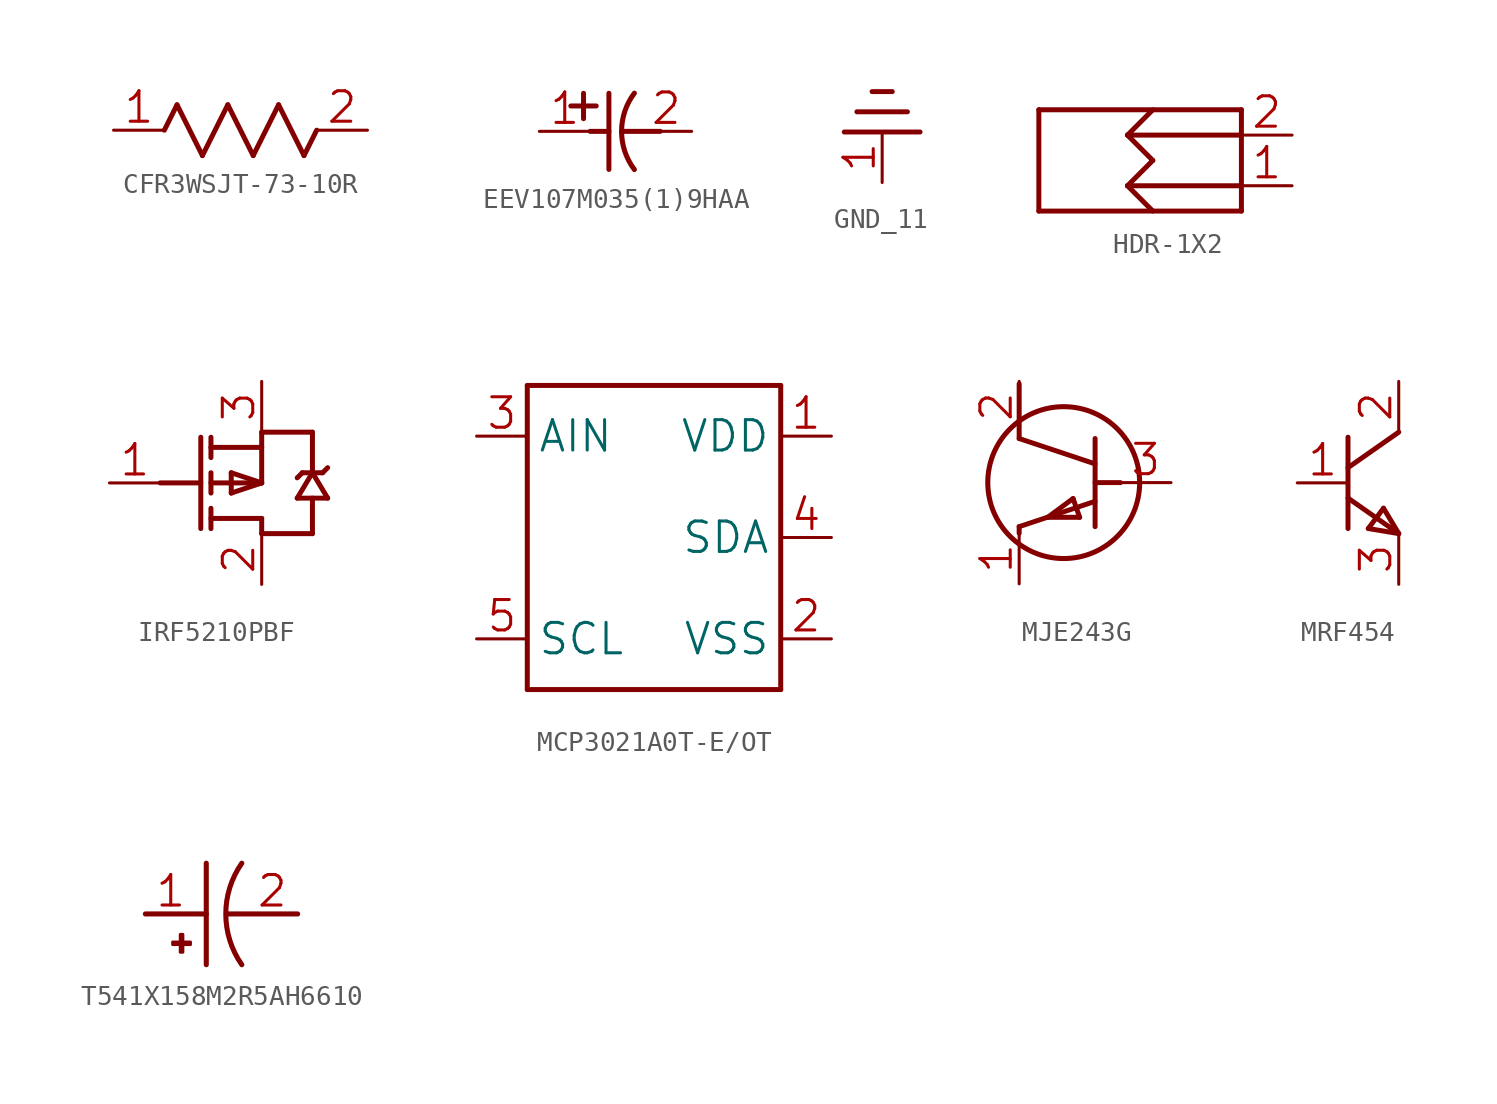
<source format=kicad_sym>
(kicad_symbol_lib
  (version 20241209)
  (generator "kicad_symbol_editor")
  (generator_version "9.0")
  (symbol "CFR3WSJT-73-10R"
    (property "Reference" "R"
      (at 0 0 0)
      (effects (font (size 1.27 1.27)) (hide yes)))
    (property "ki_locked" ""
      (at 0 0 0)
      (effects (font (size 1.27 1.27))))
    (symbol "CFR3WSJT-73-10R_1_0"
      (polyline (pts (xy -3.81 0) (xy -3.175 1.27)) (stroke (width 0.25) (type solid)) (fill (type none)))
      (polyline (pts (xy -3.175 1.27) (xy -1.905 -1.27)) (stroke (width 0.25) (type solid)) (fill (type none)))
      (polyline (pts (xy -1.905 -1.27) (xy -0.635 1.27)) (stroke (width 0.25) (type solid)) (fill (type none)))
      (polyline (pts (xy -0.635 1.27) (xy 0.635 -1.27)) (stroke (width 0.25) (type solid)) (fill (type none)))
      (polyline (pts (xy 0.635 -1.27) (xy 1.905 1.27)) (stroke (width 0.25) (type solid)) (fill (type none)))
      (polyline (pts (xy 1.905 1.27) (xy 3.175 -1.27)) (stroke (width 0.25) (type solid)) (fill (type none)))
      (polyline (pts (xy 3.175 -1.27) (xy 3.81 0)) (stroke (width 0.25) (type solid)) (fill (type none)))
      (pin passive line (at -6.35 0 0) (length 2.54) (name "1" (effects (font (size 0 0)))) (number "1" (effects (font (size 1.524 1.524)))))
      (pin passive line (at 6.35 0 180) (length 2.54) (name "2" (effects (font (size 0 0)))) (number "2" (effects (font (size 1.524 1.524)))))))
  (symbol "EEV107M035(1)9HAA"
    (property "Reference" "C"
      (at 0 0 0)
      (effects (font (size 1.27 1.27)) (hide yes)))
    (property "ki_locked" ""
      (at 0 0 0)
      (effects (font (size 1.27 1.27))))
    (symbol "EEV107M035(1)9HAA_1_0"
      (polyline (pts (xy -2.235 1.27) (xy -0.965 1.27)) (stroke (width 0.25) (type solid)) (fill (type none)))
      (polyline (pts (xy -1.6 0.635) (xy -1.6 1.905)) (stroke (width 0.25) (type solid)) (fill (type none)))
      (polyline (pts (xy -1.27 0) (xy -0.33 0)) (stroke (width 0.25) (type solid)) (fill (type none)))
      (polyline (pts (xy -0.33 -1.905) (xy -0.33 1.905)) (stroke (width 0.25) (type solid)) (fill (type none)))
      (polyline (pts (xy 0.305 0) (xy 2.235 0)) (stroke (width 0.25) (type solid)) (fill (type none)))
      (arc (start 0.9439 -1.9109) (mid 0.3044 0.0001) (end 0.944 1.911) (stroke (width 0.254) (type solid)) (fill (type none)))
      (pin passive line (at -3.81 0 0) (length 2.54) (name "PLUS" (effects (font (size 0 0)))) (number "1" (effects (font (size 1.524 1.524)))))
      (pin passive line (at 3.81 0 180) (length 2.54) (name "MINUS" (effects (font (size 0 0)))) (number "2" (effects (font (size 1.524 1.524)))))))
  (symbol "GND_11"
    (power)
    (property "Reference" "#NetPort"
      (at 0 0 0)
      (effects (font (size 1.27 1.27)) (hide yes)))
    (property "ki_locked" ""
      (at 0 0 0)
      (effects (font (size 1.27 1.27))))
    (symbol "GND_11_1_0"
      (polyline (pts (xy 0.508 1.016) (xy -0.508 1.016)) (stroke (width 0.25) (type solid)) (fill (type none)))
      (polyline (pts (xy 1.27 0) (xy -1.27 0)) (stroke (width 0.25) (type solid)) (fill (type none)))
      (polyline (pts (xy 1.905 -1.016) (xy -1.905 -1.016)) (stroke (width 0.25) (type solid)) (fill (type none)))
      (pin power_in line (at 0 -3.556 90) (length 2.54) (name "GND" (effects (font (size 0 0)))) (number "1" (effects (font (size 1.524 1.524)))))))
  (symbol "HDR-1X2"
    (property "Reference" "J"
      (at 0 0 0)
      (effects (font (size 1.27 1.27)) (hide yes)))
    (property "ki_locked" ""
      (at 0 0 0)
      (effects (font (size 1.27 1.27))))
    (symbol "HDR-1X2_1_0"
      (polyline (pts (xy -5.08 2.54) (xy -5.08 -2.54)) (stroke (width 0.25) (type solid)) (fill (type none)))
      (polyline (pts (xy -5.08 -2.54) (xy 5.08 -2.54)) (stroke (width 0.25) (type solid)) (fill (type none)))
      (polyline (pts (xy -0.635 1.27) (xy 0.635 2.54)) (stroke (width 0.25) (type solid)) (fill (type none)))
      (polyline (pts (xy -0.635 1.27) (xy 0.635 0)) (stroke (width 0.25) (type solid)) (fill (type none)))
      (polyline (pts (xy -0.635 1.27) (xy 5.08 1.27)) (stroke (width 0.25) (type solid)) (fill (type none)))
      (polyline (pts (xy -0.635 -1.27) (xy 0.635 0)) (stroke (width 0.25) (type solid)) (fill (type none)))
      (polyline (pts (xy -0.635 -1.27) (xy 0.635 -2.54)) (stroke (width 0.25) (type solid)) (fill (type none)))
      (polyline (pts (xy -0.635 -1.27) (xy 5.08 -1.27)) (stroke (width 0.25) (type solid)) (fill (type none)))
      (polyline (pts (xy 5.08 2.54) (xy -5.08 2.54)) (stroke (width 0.25) (type solid)) (fill (type none)))
      (polyline (pts (xy 5.08 -2.54) (xy 5.08 2.54)) (stroke (width 0.25) (type solid)) (fill (type none)))
      (pin passive line (at 7.62 1.27 180) (length 2.54) (name "P2" (effects (font (size 0 0)))) (number "2" (effects (font (size 1.524 1.524)))))
      (pin passive line (at 7.62 -1.27 180) (length 2.54) (name "P1" (effects (font (size 0 0)))) (number "1" (effects (font (size 1.524 1.524)))))))
  (symbol "IRF5210PBF"
    (property "Reference" "Q"
      (at 0 0 0)
      (effects (font (size 1.27 1.27)) (hide yes)))
    (property "ki_locked" ""
      (at 0 0 0)
      (effects (font (size 1.27 1.27))))
    (symbol "IRF5210PBF_1_0"
      (polyline (pts (xy -4.191 0) (xy -2.159 0)) (stroke (width 0.25) (type solid)) (fill (type none)))
      (polyline (pts (xy -2.159 -2.286) (xy -2.159 2.286)) (stroke (width 0.25) (type solid)) (fill (type none)))
      (polyline (pts (xy -1.651 2.286) (xy -1.651 1.27)) (stroke (width 0.25) (type solid)) (fill (type none)))
      (polyline (pts (xy -1.651 0.508) (xy -1.651 -0.508)) (stroke (width 0.25) (type solid)) (fill (type none)))
      (polyline (pts (xy -1.651 -1.27) (xy -1.651 -2.286)) (stroke (width 0.25) (type solid)) (fill (type none)))
      (polyline (pts (xy -0.635 0.508) (xy 0.889 0)) (stroke (width 0.25) (type solid)) (fill (type none)))
      (polyline (pts (xy -0.635 -0.508) (xy -0.635 0.508)) (stroke (width 0.25) (type solid)) (fill (type none)))
      (polyline (pts (xy 0.889 2.54) (xy 3.429 2.54)) (stroke (width 0.25) (type solid)) (fill (type none)))
      (polyline (pts (xy 0.889 1.778) (xy -1.651 1.778)) (stroke (width 0.25) (type solid)) (fill (type none)))
      (polyline (pts (xy 0.889 0) (xy -1.651 0)) (stroke (width 0.25) (type solid)) (fill (type none)))
      (polyline (pts (xy 0.889 0) (xy -0.635 -0.508)) (stroke (width 0.25) (type solid)) (fill (type none)))
      (polyline (pts (xy 0.889 0) (xy 0.889 2.54)) (stroke (width 0.25) (type solid)) (fill (type none)))
      (polyline (pts (xy 0.889 -1.778) (xy -1.651 -1.778)) (stroke (width 0.25) (type solid)) (fill (type none)))
      (polyline (pts (xy 0.889 -1.778) (xy 0.889 -2.54)) (stroke (width 0.25) (type solid)) (fill (type none)))
      (polyline (pts (xy 0.889 -2.54) (xy 3.429 -2.54)) (stroke (width 0.25) (type solid)) (fill (type none)))
      (polyline (pts (xy 2.667 -0.762) (xy 3.429 0.508)) (stroke (width 0.25) (type solid)) (fill (type none)))
      (polyline (pts (xy 2.921 0.508) (xy 2.667 0.254)) (stroke (width 0.25) (type solid)) (fill (type none)))
      (polyline (pts (xy 3.429 2.54) (xy 3.429 0.508)) (stroke (width 0.25) (type solid)) (fill (type none)))
      (polyline (pts (xy 3.429 0.508) (xy 4.191 -0.762)) (stroke (width 0.25) (type solid)) (fill (type none)))
      (polyline (pts (xy 3.429 -2.54) (xy 3.429 -0.762)) (stroke (width 0.25) (type solid)) (fill (type none)))
      (polyline (pts (xy 3.937 0.508) (xy 2.921 0.508)) (stroke (width 0.25) (type solid)) (fill (type none)))
      (polyline (pts (xy 4.191 0.762) (xy 3.937 0.508)) (stroke (width 0.25) (type solid)) (fill (type none)))
      (polyline (pts (xy 4.191 -0.762) (xy 2.667 -0.762)) (stroke (width 0.25) (type solid)) (fill (type none)))
      (pin passive line (at -6.731 0 0) (length 2.54) (name "G" (effects (font (size 0 0)))) (number "1" (effects (font (size 1.524 1.524)))))
      (pin passive line (at 0.889 5.08 270) (length 2.54) (name "S" (effects (font (size 0 0)))) (number "3" (effects (font (size 1.524 1.524)))))
      (pin passive line (at 0.889 -5.08 90) (length 2.54) (name "D" (effects (font (size 0 0)))) (number "2" (effects (font (size 1.524 1.524)))))))
  (symbol "MCP3021A0T-E/OT"
    (property "Reference" "U"
      (at 0 0 0)
      (effects (font (size 1.27 1.27)) (hide yes)))
    (property "ki_locked" ""
      (at 0 0 0)
      (effects (font (size 1.27 1.27))))
    (symbol "MCP3021A0T-E/OT_1_0"
      (polyline (pts (xy -6.35 7.62) (xy 6.35 7.62)) (stroke (width 0.25) (type solid)) (fill (type none)))
      (polyline (pts (xy -6.35 -7.62) (xy -6.35 7.62)) (stroke (width 0.25) (type solid)) (fill (type none)))
      (polyline (pts (xy 6.35 7.62) (xy 6.35 -7.62)) (stroke (width 0.25) (type solid)) (fill (type none)))
      (polyline (pts (xy 6.35 -7.62) (xy -6.35 -7.62)) (stroke (width 0.25) (type solid)) (fill (type none)))
      (pin input line (at -8.89 5.08 0) (length 2.54) (name "AIN" (effects (font (size 1.524 1.524)))) (number "3" (effects (font (size 1.524 1.524)))))
      (pin input line (at -8.89 -5.08 0) (length 2.54) (name "SCL" (effects (font (size 1.524 1.524)))) (number "5" (effects (font (size 1.524 1.524)))))
      (pin power_in line (at 8.89 5.08 180) (length 2.54) (name "VDD" (effects (font (size 1.524 1.524)))) (number "1" (effects (font (size 1.524 1.524)))))
      (pin bidirectional line (at 8.89 0 180) (length 2.54) (name "SDA" (effects (font (size 1.524 1.524)))) (number "4" (effects (font (size 1.524 1.524)))))
      (pin power_in line (at 8.89 -5.08 180) (length 2.54) (name "VSS" (effects (font (size 1.524 1.524)))) (number "2" (effects (font (size 1.524 1.524)))))))
  (symbol "MJE243G"
    (property "Reference" "Q"
      (at 0 0 0)
      (effects (font (size 1.27 1.27)) (hide yes)))
    (property "ki_locked" ""
      (at 0 0 0)
      (effects (font (size 1.27 1.27))))
    (symbol "MJE243G_1_0"
      (polyline (pts (xy -2.235 1.575) (xy -2.235 4.318)) (stroke (width 0.25) (type solid)) (fill (type none)))
      (polyline (pts (xy -2.235 -3.175) (xy -2.235 -2.845)) (stroke (width 0.25) (type solid)) (fill (type none)))
      (polyline (pts (xy -0.8 -2.375) (xy 0.8 -2.375)) (stroke (width 0.25) (type solid)) (fill (type none)))
      (circle (center 0 -0.635) (radius 3.81) (stroke (width 0.254) (type solid)) (fill (type none)))
      (polyline (pts (xy 0.47 -1.435) (xy -0.8 -2.375)) (stroke (width 0.25) (type solid)) (fill (type none)))
      (polyline (pts (xy 0.8 -2.375) (xy 0.47 -1.435)) (stroke (width 0.25) (type solid)) (fill (type none)))
      (polyline (pts (xy 1.575 0.305) (xy -2.235 1.575)) (stroke (width 0.25) (type solid)) (fill (type none)))
      (polyline (pts (xy 1.575 -1.575) (xy -2.235 -2.845)) (stroke (width 0.25) (type solid)) (fill (type none)))
      (polyline (pts (xy 1.575 -2.845) (xy 1.575 1.575)) (stroke (width 0.25) (type solid)) (fill (type none)))
      (polyline (pts (xy 2.845 -0.635) (xy 1.575 -0.635)) (stroke (width 0.25) (type solid)) (fill (type none)))
      (pin passive line (at -2.235 4.445 270) (length 2.54) (name "C" (effects (font (size 0 0)))) (number "2" (effects (font (size 1.524 1.524)))))
      (pin passive line (at -2.235 -5.715 90) (length 2.54) (name "E" (effects (font (size 0 0)))) (number "1" (effects (font (size 1.524 1.524)))))
      (pin passive line (at 5.385 -0.635 180) (length 2.54) (name "B" (effects (font (size 0 0)))) (number "3" (effects (font (size 1.524 1.524)))))))
  (symbol "MRF454"
    (property "Reference" "Q"
      (at 0 0 0)
      (effects (font (size 1.27 1.27)) (hide yes)))
    (property "ki_locked" ""
      (at 0 0 0)
      (effects (font (size 1.27 1.27))))
    (symbol "MRF454_1_0"
      (polyline (pts (xy -1.27 2.286) (xy -1.27 -2.286)) (stroke (width 0.25) (type solid)) (fill (type none)))
      (polyline (pts (xy -1.27 -0.762) (xy 1.27 -2.54)) (stroke (width 0.25) (type solid)) (fill (type none)))
      (polyline (pts (xy -0.254 -2.286) (xy 1.27 -2.54)) (stroke (width 0.25) (type solid)) (fill (type none)))
      (polyline (pts (xy 0.508 -1.27) (xy -0.254 -2.286)) (stroke (width 0.25) (type solid)) (fill (type none)))
      (polyline (pts (xy 1.27 2.54) (xy -1.27 0.762)) (stroke (width 0.25) (type solid)) (fill (type none)))
      (polyline (pts (xy 1.27 -2.54) (xy 0.508 -1.27)) (stroke (width 0.25) (type solid)) (fill (type none)))
      (pin passive line (at -3.81 0 0) (length 2.54) (name "B" (effects (font (size 0 0)))) (number "1" (effects (font (size 1.524 1.524)))))
      (pin passive line (at 1.27 5.08 270) (length 2.54) (name "C" (effects (font (size 0 0)))) (number "2" (effects (font (size 1.524 1.524)))))
      (pin passive line (at 1.27 -5.08 90) (length 2.54) (name "E" (effects (font (size 0 0)))) (number "3" (effects (font (size 1.524 1.524)))))))
  (symbol "T541X158M2R5AH6610"
    (property "Reference" "C"
      (at 0 0 0)
      (effects (font (size 1.27 1.27)) (hide yes)))
    (property "ki_locked" ""
      (at 0 0 0)
      (effects (font (size 1.27 1.27))))
    (symbol "T541X158M2R5AH6610_1_0"
      (polyline (pts (xy -5.08 0) (xy -2.032 0)) (stroke (width 0.254) (type solid)) (fill (type none)))
      (rectangle (start -3.713 -1.405) (end -2.824 -1.532) (stroke (width 0) (type default)) (fill (type outline)))
      (rectangle (start -3.332 -1.024) (end -3.205 -1.913) (stroke (width 0) (type default)) (fill (type outline)))
      (polyline (pts (xy -2.032 2.54) (xy -2.032 -2.54)) (stroke (width 0.254) (type solid)) (fill (type none)))
      (polyline (pts (xy -1.016 0) (xy 2.54 0)) (stroke (width 0.254) (type solid)) (fill (type none)))
      (arc (start -0.254 -2.54) (mid -1.055 0) (end -0.254 2.54) (stroke (width 0.254) (type solid)) (fill (type none)))
      (pin passive line (at -5.08 0 0) (length 2.54) (name "1" (effects (font (size 0 0)))) (number "1" (effects (font (size 1.524 1.524)))))
      (pin passive line (at 2.54 0 180) (length 2.54) (name "2" (effects (font (size 0 0)))) (number "2" (effects (font (size 1.524 1.524))))))))
</source>
